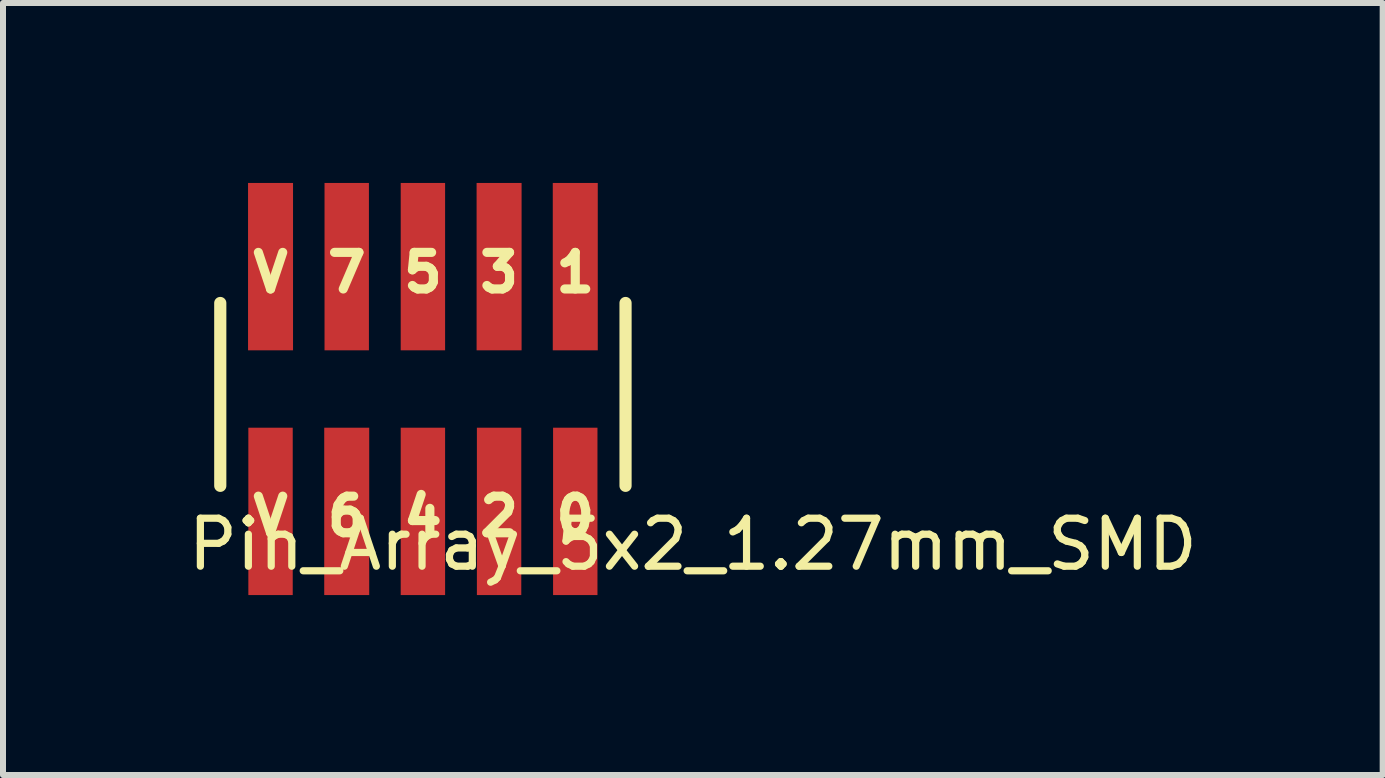
<source format=kicad_pcb>
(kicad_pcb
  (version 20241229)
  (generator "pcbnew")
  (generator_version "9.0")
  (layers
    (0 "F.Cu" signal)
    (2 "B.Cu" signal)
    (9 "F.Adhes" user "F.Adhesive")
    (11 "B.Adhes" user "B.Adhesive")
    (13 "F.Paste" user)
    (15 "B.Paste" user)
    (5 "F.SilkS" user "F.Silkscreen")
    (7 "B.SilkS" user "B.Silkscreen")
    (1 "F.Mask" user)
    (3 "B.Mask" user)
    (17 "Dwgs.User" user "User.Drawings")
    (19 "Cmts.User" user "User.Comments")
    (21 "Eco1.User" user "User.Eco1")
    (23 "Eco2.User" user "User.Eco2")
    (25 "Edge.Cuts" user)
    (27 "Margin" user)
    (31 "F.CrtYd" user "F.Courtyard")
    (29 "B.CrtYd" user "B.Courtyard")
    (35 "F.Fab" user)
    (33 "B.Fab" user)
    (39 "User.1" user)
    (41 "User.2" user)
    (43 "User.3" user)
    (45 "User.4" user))
  (footprint "Pin_Array_5x2_1.27mm_SMD"
    (layer "F.Cu")
    (at 4 3.525)
    (property "Reference" "Pin_Array_5x2_1.27mm_SMD" (at 4.5 2.5 0) (layer "F.SilkS") (effects (font (size 0.8 0.8) (thickness 0.12))))
    (attr through_hole)
    (fp_line (start -3.378 -1.524) (end -3.378 1.524) (stroke (width 0.203) (type solid)) (layer "F.SilkS"))
    (fp_line (start 3.378 1.524) (end 3.378 -1.524) (stroke (width 0.203) (type solid)) (layer "F.SilkS"))
    (fp_text user "3" (at 1.27 -2.032 0) (layer "F.SilkS") (effects (font (size 0.61 0.61) (thickness 0.152))))
    (fp_text user "4" (at 0 2.032 0) (layer "F.SilkS") (effects (font (size 0.61 0.61) (thickness 0.152))))
    (fp_text user "7" (at -1.27 -2.032 0) (layer "F.SilkS") (effects (font (size 0.61 0.61) (thickness 0.152))))
    (fp_text user "5" (at 0 -2.032 0) (layer "F.SilkS") (effects (font (size 0.61 0.61) (thickness 0.152))))
    (fp_text user "6" (at -1.27 2.032 0) (layer "F.SilkS") (effects (font (size 0.61 0.61) (thickness 0.152))))
    (fp_text user "2" (at 1.27 2.032 0) (layer "F.SilkS") (effects (font (size 0.61 0.61) (thickness 0.152))))
    (fp_text user "V" (at -2.54 -2.032 0) (layer "F.SilkS") (effects (font (size 0.61 0.61) (thickness 0.152))))
    (fp_text user "1" (at 2.54 -2.032 0) (layer "F.SilkS") (effects (font (size 0.61 0.61) (thickness 0.152))))
    (fp_text user "V" (at -2.54 2.032 0) (layer "F.SilkS") (effects (font (size 0.61 0.61) (thickness 0.152))))
    (fp_text user "0" (at 2.54 2.032 0) (layer "F.SilkS") (effects (font (size 0.61 0.61) (thickness 0.152))))
    (pad "1" smd rect (at 2.54 -2.13) (size 0.75 2.79) (layers "F.Cu" "F.Mask" "F.Paste"))
    (pad "2" smd rect (at 2.54 1.95) (size 0.74 2.79) (layers "F.Cu" "F.Mask" "F.Paste"))
    (pad "3" smd rect (at 1.27 -2.13) (size 0.75 2.79) (layers "F.Cu" "F.Mask" "F.Paste"))
    (pad "4" smd rect (at 1.27 1.95) (size 0.74 2.79) (layers "F.Cu" "F.Mask" "F.Paste"))
    (pad "5" smd rect (at 0 -2.13) (size 0.74 2.79) (layers "F.Cu" "F.Mask" "F.Paste"))
    (pad "6" smd rect (at 0 1.95) (size 0.74 2.79) (layers "F.Cu" "F.Mask" "F.Paste"))
    (pad "7" smd rect (at -1.27 -2.13) (size 0.74 2.79) (layers "F.Cu" "F.Mask" "F.Paste"))
    (pad "8" smd rect (at -1.27 1.95) (size 0.75 2.79) (layers "F.Cu" "F.Mask" "F.Paste"))
    (pad "9" smd rect (at -2.54 -2.13) (size 0.75 2.79) (layers "F.Cu" "F.Mask" "F.Paste"))
    (pad "10" smd rect (at -2.54 1.95) (size 0.74 2.79) (layers "F.Cu" "F.Mask" "F.Paste")))
  (gr_rect
    (start -3 -3)
    (end 20 9.87)
    (stroke (width 0.1) (type default))
    (fill no)
    (layer "Edge.Cuts")))
</source>
